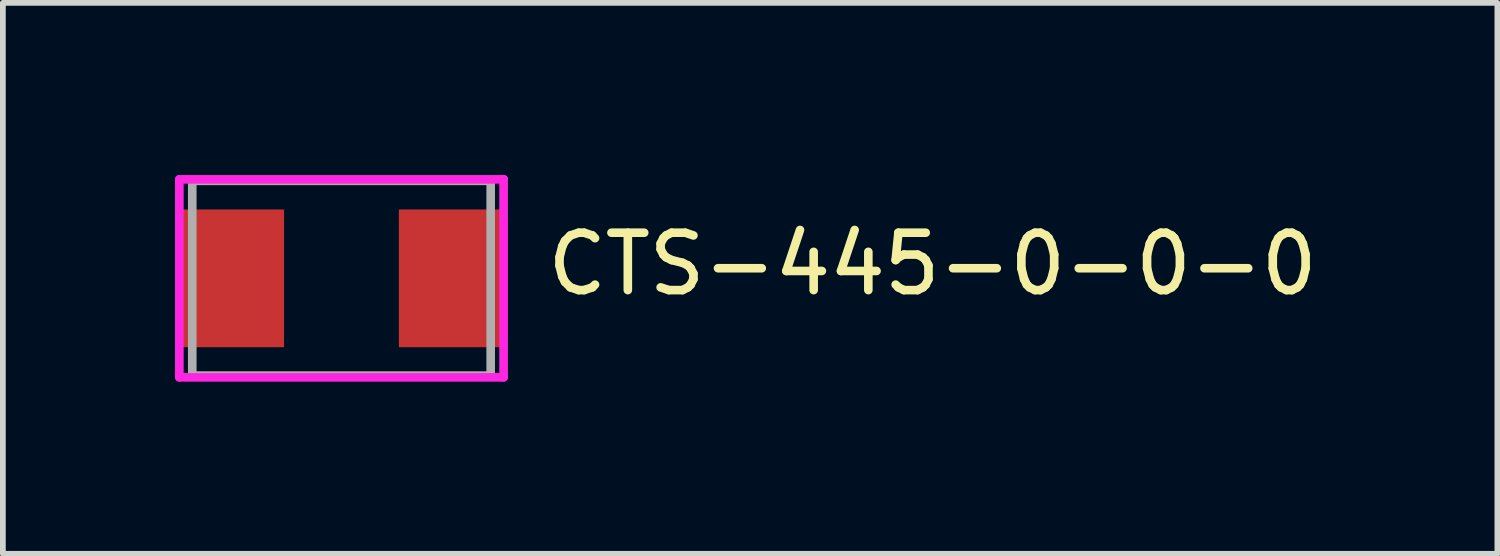
<source format=kicad_pcb>
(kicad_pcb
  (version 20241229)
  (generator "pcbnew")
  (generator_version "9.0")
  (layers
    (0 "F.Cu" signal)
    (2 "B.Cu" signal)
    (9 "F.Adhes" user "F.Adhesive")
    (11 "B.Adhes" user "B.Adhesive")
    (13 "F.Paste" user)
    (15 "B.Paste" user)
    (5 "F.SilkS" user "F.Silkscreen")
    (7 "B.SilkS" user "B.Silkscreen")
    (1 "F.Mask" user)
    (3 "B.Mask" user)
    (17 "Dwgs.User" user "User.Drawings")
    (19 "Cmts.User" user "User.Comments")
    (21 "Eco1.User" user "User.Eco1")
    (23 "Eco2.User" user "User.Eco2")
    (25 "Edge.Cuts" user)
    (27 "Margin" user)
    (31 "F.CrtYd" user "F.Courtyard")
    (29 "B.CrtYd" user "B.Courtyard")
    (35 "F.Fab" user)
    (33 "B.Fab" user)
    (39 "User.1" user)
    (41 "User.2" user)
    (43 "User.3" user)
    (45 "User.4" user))
  (footprint "CTS-445-0-0-0"
    (layer "F.Cu")
    (at 2.9 1.8)
    (property "Reference" "CTS-445-0-0-0" (at 3.51 -0.25 0) (layer "F.SilkS") (effects (font (size 1 1) (thickness 0.15)) (justify left)))
    (attr through_hole)
    (fp_line (start -2.6 -1.7) (end 2.6 -1.7) (stroke (width 0.15) (type solid)) (layer "F.SilkS"))
    (fp_line (start -2.6 1.7) (end 2.6 1.7) (stroke (width 0.15) (type solid)) (layer "F.SilkS"))
    (fp_line (start -2.825 -1.725) (end -2.825 1.725) (stroke (width 0.15) (type solid)) (layer "F.CrtYd"))
    (fp_line (start -2.825 1.725) (end 2.825 1.725) (stroke (width 0.15) (type solid)) (layer "F.CrtYd"))
    (fp_line (start 2.825 -1.725) (end -2.825 -1.725) (stroke (width 0.15) (type solid)) (layer "F.CrtYd"))
    (fp_line (start 2.825 -1.725) (end 2.825 -1.725) (stroke (width 0.15) (type solid)) (layer "F.CrtYd"))
    (fp_line (start 2.825 1.725) (end 2.825 -1.725) (stroke (width 0.15) (type solid)) (layer "F.CrtYd"))
    (fp_line (start -2.6 -1.7) (end 2.6 -1.7) (stroke (width 0.15) (type solid)) (layer "F.Fab"))
    (fp_line (start -2.6 1.7) (end -2.6 -1.7) (stroke (width 0.15) (type solid)) (layer "F.Fab"))
    (fp_line (start 2.6 -1.7) (end 2.6 1.7) (stroke (width 0.15) (type solid)) (layer "F.Fab"))
    (fp_line (start 2.6 1.7) (end -2.6 1.7) (stroke (width 0.15) (type solid)) (layer "F.Fab"))
    (pad "1" smd rect (at -1.9 0) (size 1.8 2.4) (layers "F.Cu" "F.Mask" "F.Paste"))
    (pad "2" smd rect (at 1.9 0) (size 1.8 2.4) (layers "F.Cu" "F.Mask" "F.Paste")))
  (gr_rect
    (start -3 -3)
    (end 23.041 6.6)
    (stroke (width 0.1) (type default))
    (fill no)
    (layer "Edge.Cuts")))
</source>
